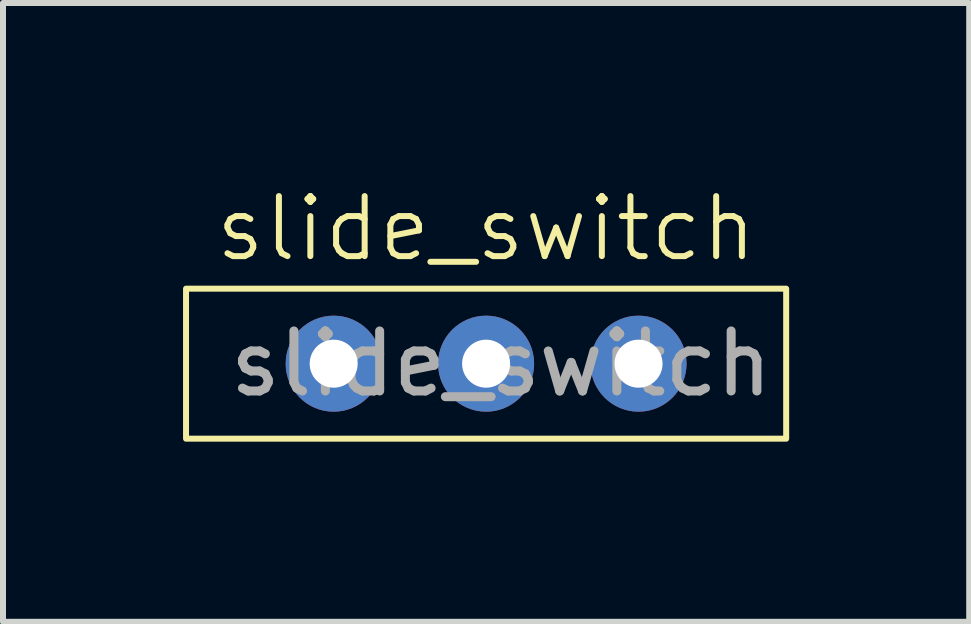
<source format=kicad_pcb>
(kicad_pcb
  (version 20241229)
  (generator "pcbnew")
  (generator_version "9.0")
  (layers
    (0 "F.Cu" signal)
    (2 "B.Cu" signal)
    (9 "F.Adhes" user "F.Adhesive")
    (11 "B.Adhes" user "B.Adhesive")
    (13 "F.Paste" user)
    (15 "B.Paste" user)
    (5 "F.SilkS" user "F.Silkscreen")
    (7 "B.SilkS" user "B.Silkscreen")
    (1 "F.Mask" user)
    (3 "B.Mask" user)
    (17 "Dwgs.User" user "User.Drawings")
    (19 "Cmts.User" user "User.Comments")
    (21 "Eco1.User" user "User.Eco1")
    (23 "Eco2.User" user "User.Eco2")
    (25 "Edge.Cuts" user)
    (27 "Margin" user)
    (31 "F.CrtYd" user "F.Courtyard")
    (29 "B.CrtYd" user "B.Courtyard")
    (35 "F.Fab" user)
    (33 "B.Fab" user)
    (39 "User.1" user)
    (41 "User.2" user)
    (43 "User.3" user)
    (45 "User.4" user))
  (footprint "slide_switch"
    (layer "F.Cu")
    (at 5.05 3.01)
    (property "Reference" "slide_switch" (at 0 -2.25 0) (unlocked yes) (layer "F.SilkS") (effects (font (size 1 1) (thickness 0.1))))
    (attr through_hole)
    (fp_rect (start -5 1.25) (end 5 -1.25) (stroke (width 0.1) (type default)) (fill no) (layer "F.SilkS"))
    (fp_text user "${REFERENCE}" (at 0.25 0 0) (unlocked yes) (layer "F.Fab") (effects (font (size 1 1) (thickness 0.15))))
    (pad "1" thru_hole circle (at -2.54 0) (size 1.6 1.6) (drill 0.8) (layers "*.Cu" "*.Mask"))
    (pad "2" thru_hole circle (at 0 0) (size 1.6 1.6) (drill 0.8) (layers "*.Cu" "*.Mask"))
    (pad "3" thru_hole circle (at 2.54 0) (size 1.6 1.6) (drill 0.8) (layers "*.Cu" "*.Mask")))
  (gr_rect
    (start -3 -3)
    (end 13.1 7.311)
    (stroke (width 0.1) (type default))
    (fill no)
    (layer "Edge.Cuts")))
</source>
